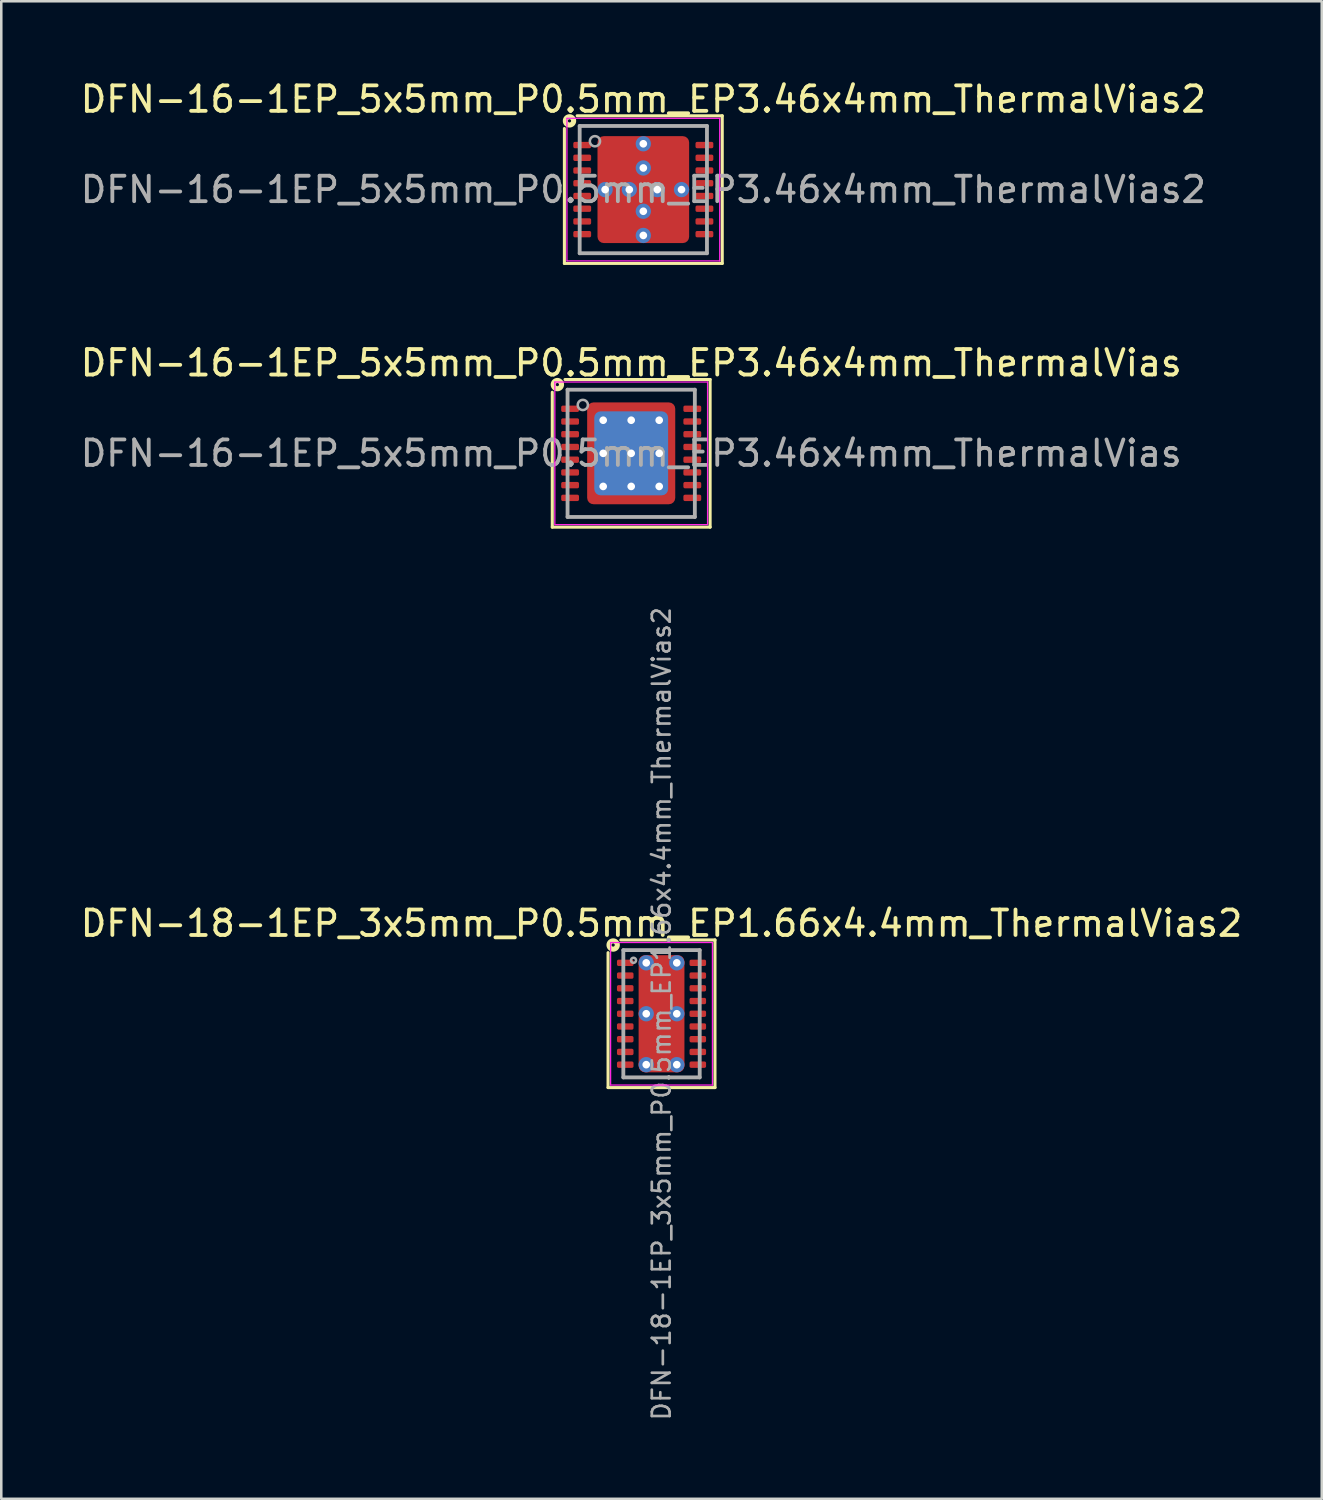
<source format=kicad_pcb>
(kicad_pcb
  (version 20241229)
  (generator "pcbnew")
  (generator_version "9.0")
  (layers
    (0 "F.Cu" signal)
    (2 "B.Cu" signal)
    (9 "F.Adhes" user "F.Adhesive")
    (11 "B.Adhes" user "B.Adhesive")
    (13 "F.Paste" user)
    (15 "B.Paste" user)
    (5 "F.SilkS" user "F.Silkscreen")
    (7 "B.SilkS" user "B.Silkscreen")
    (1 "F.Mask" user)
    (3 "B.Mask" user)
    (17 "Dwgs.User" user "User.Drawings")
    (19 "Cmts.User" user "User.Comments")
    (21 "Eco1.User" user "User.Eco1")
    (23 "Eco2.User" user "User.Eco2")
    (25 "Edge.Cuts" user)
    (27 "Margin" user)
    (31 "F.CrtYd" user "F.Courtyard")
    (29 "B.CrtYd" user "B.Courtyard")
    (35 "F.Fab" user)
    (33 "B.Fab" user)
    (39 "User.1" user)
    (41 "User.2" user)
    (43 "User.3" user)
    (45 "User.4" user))
  (footprint "DFN-18-1EP_3x5mm_P0.5mm_EP1.66x4.4mm_ThermalVias2"
    (layer "F.Cu")
    (at 22.935 36.771)
    (property "Reference" "DFN-18-1EP_3x5mm_P0.5mm_EP1.66x4.4mm_ThermalVias2" (at 0 -3.55 0) (layer "F.SilkS") (effects (font (size 1 1) (thickness 0.15))))
    (attr smd)
    (fp_line (start -2.1 2.9) (end -2.1 -2.4) (stroke (width 0.12) (type solid)) (layer "F.SilkS"))
    (fp_line (start -1.6 -2.9) (end 2.1 -2.9) (stroke (width 0.12) (type solid)) (layer "F.SilkS"))
    (fp_line (start 2.1 -2.9) (end 2.1 2.9) (stroke (width 0.12) (type solid)) (layer "F.SilkS"))
    (fp_line (start 2.1 2.9) (end -2.1 2.9) (stroke (width 0.12) (type solid)) (layer "F.SilkS"))
    (fp_circle (center -1.9 -2.7) (end -1.837 -2.7) (stroke (width 0.2) (type solid)) (fill no) (layer "F.SilkS"))
    (fp_line (start -2 -2.8) (end -2 2.8) (stroke (width 0.05) (type solid)) (layer "F.CrtYd"))
    (fp_line (start -2 -2.8) (end 2 -2.8) (stroke (width 0.05) (type solid)) (layer "F.CrtYd"))
    (fp_line (start -2 2.8) (end 2 2.8) (stroke (width 0.05) (type solid)) (layer "F.CrtYd"))
    (fp_line (start 2 -2.8) (end 2 2.8) (stroke (width 0.05) (type solid)) (layer "F.CrtYd"))
    (fp_line (start -1.5 -2.5) (end 1.5 -2.5) (stroke (width 0.15) (type solid)) (layer "F.Fab"))
    (fp_line (start -1.5 2.5) (end -1.5 -2.5) (stroke (width 0.15) (type solid)) (layer "F.Fab"))
    (fp_line (start 1.5 -2.5) (end 1.5 2.5) (stroke (width 0.15) (type solid)) (layer "F.Fab"))
    (fp_line (start 1.5 2.5) (end -1.5 2.5) (stroke (width 0.15) (type solid)) (layer "F.Fab"))
    (fp_circle (center -1.1 -2.1) (end -1 -2.1) (stroke (width 0.1) (type solid)) (fill no) (layer "F.Fab"))
    (fp_text user "${REFERENCE}" (at 0 0 90) (layer "F.Fab") (effects (font (size 0.7 0.7) (thickness 0.105))))
    (pad "" smd roundrect (at -0.4 -1.35) (size 0.6 0.5) (layers "F.Paste") (roundrect_rratio 0.25))
    (pad "" smd roundrect (at -0.4 -0.65) (size 0.6 0.5) (layers "F.Paste") (roundrect_rratio 0.25))
    (pad "" smd roundrect (at -0.4 0.65) (size 0.6 0.5) (layers "F.Paste") (roundrect_rratio 0.25))
    (pad "" smd roundrect (at -0.4 1.35) (size 0.6 0.5) (layers "F.Paste") (roundrect_rratio 0.25))
    (pad "" smd roundrect (at 0 -1) (size 1.6 1.4) (layers "F.Mask") (roundrect_rratio 0.172))
    (pad "" smd roundrect (at 0 1) (size 1.6 1.4) (layers "F.Mask") (roundrect_rratio 0.172))
    (pad "" smd roundrect (at 0.4 -1.35) (size 0.6 0.5) (layers "F.Paste") (roundrect_rratio 0.25))
    (pad "" smd roundrect (at 0.4 -0.65) (size 0.6 0.5) (layers "F.Paste") (roundrect_rratio 0.25))
    (pad "" smd roundrect (at 0.4 0.65) (size 0.6 0.5) (layers "F.Paste") (roundrect_rratio 0.25))
    (pad "" smd roundrect (at 0.4 1.35) (size 0.6 0.5) (layers "F.Paste") (roundrect_rratio 0.25))
    (pad "1" smd roundrect (at -1.425 -2) (size 0.65 0.25) (layers "F.Cu" "F.Mask" "F.Paste") (roundrect_rratio 0.25))
    (pad "2" smd roundrect (at -1.425 -1.5) (size 0.65 0.25) (layers "F.Cu" "F.Mask" "F.Paste") (roundrect_rratio 0.25))
    (pad "3" smd roundrect (at -1.425 -1) (size 0.65 0.25) (layers "F.Cu" "F.Mask" "F.Paste") (roundrect_rratio 0.25))
    (pad "4" smd roundrect (at -1.425 -0.5) (size 0.65 0.25) (layers "F.Cu" "F.Mask" "F.Paste") (roundrect_rratio 0.25))
    (pad "5" smd roundrect (at -1.425 0) (size 0.65 0.25) (layers "F.Cu" "F.Mask" "F.Paste") (roundrect_rratio 0.25))
    (pad "6" smd roundrect (at -1.425 0.5) (size 0.65 0.25) (layers "F.Cu" "F.Mask" "F.Paste") (roundrect_rratio 0.25))
    (pad "7" smd roundrect (at -1.425 1) (size 0.65 0.25) (layers "F.Cu" "F.Mask" "F.Paste") (roundrect_rratio 0.25))
    (pad "8" smd roundrect (at -1.425 1.5) (size 0.65 0.25) (layers "F.Cu" "F.Mask" "F.Paste") (roundrect_rratio 0.25))
    (pad "9" smd roundrect (at -1.425 2) (size 0.65 0.25) (layers "F.Cu" "F.Mask" "F.Paste") (roundrect_rratio 0.25))
    (pad "10" smd roundrect (at 1.425 2) (size 0.65 0.25) (layers "F.Cu" "F.Mask" "F.Paste") (roundrect_rratio 0.25))
    (pad "11" smd roundrect (at 1.425 1.5) (size 0.65 0.25) (layers "F.Cu" "F.Mask" "F.Paste") (roundrect_rratio 0.25))
    (pad "12" smd roundrect (at 1.425 1) (size 0.65 0.25) (layers "F.Cu" "F.Mask" "F.Paste") (roundrect_rratio 0.25))
    (pad "13" smd roundrect (at 1.425 0.5) (size 0.65 0.25) (layers "F.Cu" "F.Mask" "F.Paste") (roundrect_rratio 0.25))
    (pad "14" smd roundrect (at 1.425 0) (size 0.65 0.25) (layers "F.Cu" "F.Mask" "F.Paste") (roundrect_rratio 0.25))
    (pad "15" smd roundrect (at 1.425 -0.5) (size 0.65 0.25) (layers "F.Cu" "F.Mask" "F.Paste") (roundrect_rratio 0.25))
    (pad "16" smd roundrect (at 1.425 -1) (size 0.65 0.25) (layers "F.Cu" "F.Mask" "F.Paste") (roundrect_rratio 0.25))
    (pad "17" smd roundrect (at 1.425 -1.5) (size 0.65 0.25) (layers "F.Cu" "F.Mask" "F.Paste") (roundrect_rratio 0.25))
    (pad "18" smd roundrect (at 1.425 -2) (size 0.65 0.25) (layers "F.Cu" "F.Mask" "F.Paste") (roundrect_rratio 0.25))
    (pad "19" thru_hole circle (at -0.6 -2) (size 0.6 0.6) (drill 0.3) (property pad_prop_heatsink) (layers "*.Cu" "*.Mask"))
    (pad "19" thru_hole circle (at -0.6 0) (size 0.6 0.6) (drill 0.3) (property pad_prop_heatsink) (layers "*.Cu" "*.Mask"))
    (pad "19" thru_hole circle (at -0.6 2) (size 0.6 0.6) (drill 0.3) (property pad_prop_heatsink) (layers "*.Cu" "*.Mask"))
    (pad "19" smd roundrect (at 0 0) (size 1.8 4.6) (layers "F.Cu") (roundrect_rratio 0.139))
    (pad "19" thru_hole circle (at 0.6 -2) (size 0.6 0.6) (drill 0.3) (property pad_prop_heatsink) (layers "*.Cu" "*.Mask"))
    (pad "19" thru_hole circle (at 0.6 0) (size 0.6 0.6) (drill 0.3) (property pad_prop_heatsink) (layers "*.Cu" "*.Mask"))
    (pad "19" thru_hole circle (at 0.6 2) (size 0.6 0.6) (drill 0.3) (property pad_prop_heatsink) (layers "*.Cu" "*.Mask")))
  (footprint "DFN-16-1EP_5x5mm_P0.5mm_EP3.46x4mm_ThermalVias"
    (layer "F.Cu")
    (at 21.744 14.757)
    (property "Reference" "DFN-16-1EP_5x5mm_P0.5mm_EP3.46x4mm_ThermalVias" (at 0 -3.55 0) (layer "F.SilkS") (effects (font (size 1 1) (thickness 0.15))))
    (attr smd)
    (fp_line (start -3.1 2.9) (end -3.1 -2.4) (stroke (width 0.12) (type solid)) (layer "F.SilkS"))
    (fp_line (start -2.6 -2.9) (end 3.1 -2.9) (stroke (width 0.12) (type solid)) (layer "F.SilkS"))
    (fp_line (start 3.1 -2.9) (end 3.1 2.9) (stroke (width 0.12) (type solid)) (layer "F.SilkS"))
    (fp_line (start 3.1 2.9) (end -3.1 2.9) (stroke (width 0.12) (type solid)) (layer "F.SilkS"))
    (fp_circle (center -2.9 -2.7) (end -2.837 -2.7) (stroke (width 0.2) (type solid)) (fill no) (layer "F.SilkS"))
    (fp_line (start -3 -2.8) (end -3 2.8) (stroke (width 0.05) (type solid)) (layer "F.CrtYd"))
    (fp_line (start -3 -2.8) (end 3 -2.8) (stroke (width 0.05) (type solid)) (layer "F.CrtYd"))
    (fp_line (start -3 2.8) (end 3 2.8) (stroke (width 0.05) (type solid)) (layer "F.CrtYd"))
    (fp_line (start 3 -2.8) (end 3 2.8) (stroke (width 0.05) (type solid)) (layer "F.CrtYd"))
    (fp_line (start -2.5 -2.5) (end 2.5 -2.5) (stroke (width 0.15) (type solid)) (layer "F.Fab"))
    (fp_line (start -2.5 2.5) (end -2.5 -2.5) (stroke (width 0.15) (type solid)) (layer "F.Fab"))
    (fp_line (start 2.5 -2.5) (end 2.5 2.5) (stroke (width 0.15) (type solid)) (layer "F.Fab"))
    (fp_line (start 2.5 2.5) (end -2.5 2.5) (stroke (width 0.15) (type solid)) (layer "F.Fab"))
    (fp_circle (center -1.9 -1.9) (end -1.7 -1.9) (stroke (width 0.1) (type solid)) (fill no) (layer "F.Fab"))
    (fp_text user "${REFERENCE}" (at 0 0 0) (layer "F.Fab") (effects (font (size 1 1) (thickness 0.15))))
    (pad "" smd roundrect (at -1.425 -1.65) (size 0.45 0.5) (layers "F.Paste") (roundrect_rratio 0.25))
    (pad "" smd roundrect (at -1.425 -0.65) (size 0.45 1.1) (layers "F.Paste") (roundrect_rratio 0.25))
    (pad "" smd roundrect (at -1.425 0.65) (size 0.45 1.1) (layers "F.Paste") (roundrect_rratio 0.25))
    (pad "" smd roundrect (at -1.425 1.65) (size 0.45 0.5) (layers "F.Paste") (roundrect_rratio 0.25))
    (pad "" smd roundrect (at -0.55 -1.65) (size 0.9 0.5) (layers "F.Paste") (roundrect_rratio 0.25))
    (pad "" smd roundrect (at -0.55 -0.65) (size 0.9 1.1) (layers "F.Paste") (roundrect_rratio 0.25))
    (pad "" smd roundrect (at -0.55 0.65) (size 0.9 1.1) (layers "F.Paste") (roundrect_rratio 0.25))
    (pad "" smd roundrect (at -0.55 1.65) (size 0.9 0.5) (layers "F.Paste") (roundrect_rratio 0.25))
    (pad "" smd roundrect (at 0.55 -1.65) (size 0.9 0.5) (layers "F.Paste") (roundrect_rratio 0.25))
    (pad "" smd roundrect (at 0.55 -0.65) (size 0.9 1.1) (layers "F.Paste") (roundrect_rratio 0.25))
    (pad "" smd roundrect (at 0.55 0.65) (size 0.9 1.1) (layers "F.Paste") (roundrect_rratio 0.25))
    (pad "" smd roundrect (at 0.55 1.65) (size 0.9 0.5) (layers "F.Paste") (roundrect_rratio 0.25))
    (pad "" smd roundrect (at 1.425 -1.65) (size 0.45 0.5) (layers "F.Paste") (roundrect_rratio 0.25))
    (pad "" smd roundrect (at 1.425 -0.65) (size 0.45 1.1) (layers "F.Paste") (roundrect_rratio 0.25))
    (pad "" smd roundrect (at 1.425 0.65) (size 0.45 1.1) (layers "F.Paste") (roundrect_rratio 0.25))
    (pad "" smd roundrect (at 1.425 1.65) (size 0.45 0.5) (layers "F.Paste") (roundrect_rratio 0.25))
    (pad "1" smd roundrect (at -2.4 -1.75) (size 0.7 0.25) (layers "F.Cu" "F.Mask" "F.Paste") (roundrect_rratio 0.25))
    (pad "2" smd roundrect (at -2.4 -1.25) (size 0.7 0.25) (layers "F.Cu" "F.Mask" "F.Paste") (roundrect_rratio 0.25))
    (pad "3" smd roundrect (at -2.4 -0.75) (size 0.7 0.25) (layers "F.Cu" "F.Mask" "F.Paste") (roundrect_rratio 0.25))
    (pad "4" smd roundrect (at -2.4 -0.25) (size 0.7 0.25) (layers "F.Cu" "F.Mask" "F.Paste") (roundrect_rratio 0.25))
    (pad "5" smd roundrect (at -2.4 0.25) (size 0.7 0.25) (layers "F.Cu" "F.Mask" "F.Paste") (roundrect_rratio 0.25))
    (pad "6" smd roundrect (at -2.4 0.75) (size 0.7 0.25) (layers "F.Cu" "F.Mask" "F.Paste") (roundrect_rratio 0.25))
    (pad "7" smd roundrect (at -2.4 1.25) (size 0.7 0.25) (layers "F.Cu" "F.Mask" "F.Paste") (roundrect_rratio 0.25))
    (pad "8" smd roundrect (at -2.4 1.75) (size 0.7 0.25) (layers "F.Cu" "F.Mask" "F.Paste") (roundrect_rratio 0.25))
    (pad "9" smd roundrect (at 2.4 1.75) (size 0.7 0.25) (layers "F.Cu" "F.Mask" "F.Paste") (roundrect_rratio 0.25))
    (pad "10" smd roundrect (at 2.4 1.25) (size 0.7 0.25) (layers "F.Cu" "F.Mask" "F.Paste") (roundrect_rratio 0.25))
    (pad "11" smd roundrect (at 2.4 0.75) (size 0.7 0.25) (layers "F.Cu" "F.Mask" "F.Paste") (roundrect_rratio 0.25))
    (pad "12" smd roundrect (at 2.4 0.25) (size 0.7 0.25) (layers "F.Cu" "F.Mask" "F.Paste") (roundrect_rratio 0.25))
    (pad "13" smd roundrect (at 2.4 -0.25) (size 0.7 0.25) (layers "F.Cu" "F.Mask" "F.Paste") (roundrect_rratio 0.25))
    (pad "14" smd roundrect (at 2.4 -0.75) (size 0.7 0.25) (layers "F.Cu" "F.Mask" "F.Paste") (roundrect_rratio 0.25))
    (pad "15" smd roundrect (at 2.4 -1.25) (size 0.7 0.25) (layers "F.Cu" "F.Mask" "F.Paste") (roundrect_rratio 0.25))
    (pad "16" smd roundrect (at 2.4 -1.75) (size 0.7 0.25) (layers "F.Cu" "F.Mask" "F.Paste") (roundrect_rratio 0.25))
    (pad "17" thru_hole circle (at -1.1 -1.3) (size 0.65 0.65) (drill 0.3) (property pad_prop_heatsink) (layers "*.Cu"))
    (pad "17" thru_hole circle (at -1.1 0) (size 0.65 0.65) (drill 0.3) (property pad_prop_heatsink) (layers "*.Cu"))
    (pad "17" thru_hole circle (at -1.1 1.3) (size 0.65 0.65) (drill 0.3) (property pad_prop_heatsink) (layers "*.Cu"))
    (pad "17" thru_hole circle (at 0 -1.3) (size 0.65 0.65) (drill 0.3) (property pad_prop_heatsink) (layers "*.Cu"))
    (pad "17" thru_hole circle (at 0 0) (size 0.65 0.65) (drill 0.3) (property pad_prop_heatsink) (layers "*.Cu"))
    (pad "17" smd roundrect (at 0 0) (size 2.9 3.3) (layers "B.Cu" "B.Mask") (roundrect_rratio 0.086))
    (pad "17" smd roundrect (at 0 0) (size 3.46 4) (layers "F.Cu" "F.Mask") (roundrect_rratio 0.072))
    (pad "17" thru_hole circle (at 0 1.3) (size 0.65 0.65) (drill 0.3) (property pad_prop_heatsink) (layers "*.Cu"))
    (pad "17" thru_hole circle (at 1.1 -1.3) (size 0.65 0.65) (drill 0.3) (property pad_prop_heatsink) (layers "*.Cu"))
    (pad "17" thru_hole circle (at 1.1 0) (size 0.65 0.65) (drill 0.3) (property pad_prop_heatsink) (layers "*.Cu"))
    (pad "17" thru_hole circle (at 1.1 1.3) (size 0.65 0.65) (drill 0.3) (property pad_prop_heatsink) (layers "*.Cu")))
  (footprint "DFN-16-1EP_5x5mm_P0.5mm_EP3.46x4mm_ThermalVias2"
    (layer "F.Cu")
    (at 22.22 4.398)
    (property "Reference" "DFN-16-1EP_5x5mm_P0.5mm_EP3.46x4mm_ThermalVias2" (at 0 -3.55 0) (layer "F.SilkS") (effects (font (size 1 1) (thickness 0.15))))
    (attr smd)
    (fp_line (start -3.1 2.9) (end -3.1 -2.4) (stroke (width 0.12) (type solid)) (layer "F.SilkS"))
    (fp_line (start -2.6 -2.9) (end 3.1 -2.9) (stroke (width 0.12) (type solid)) (layer "F.SilkS"))
    (fp_line (start 3.1 -2.9) (end 3.1 2.9) (stroke (width 0.12) (type solid)) (layer "F.SilkS"))
    (fp_line (start 3.1 2.9) (end -3.1 2.9) (stroke (width 0.12) (type solid)) (layer "F.SilkS"))
    (fp_circle (center -2.9 -2.7) (end -2.837 -2.7) (stroke (width 0.2) (type solid)) (fill no) (layer "F.SilkS"))
    (fp_line (start -3 -2.8) (end -3 2.8) (stroke (width 0.05) (type solid)) (layer "F.CrtYd"))
    (fp_line (start -3 -2.8) (end 3 -2.8) (stroke (width 0.05) (type solid)) (layer "F.CrtYd"))
    (fp_line (start -3 2.8) (end 3 2.8) (stroke (width 0.05) (type solid)) (layer "F.CrtYd"))
    (fp_line (start 3 -2.8) (end 3 2.8) (stroke (width 0.05) (type solid)) (layer "F.CrtYd"))
    (fp_line (start -2.5 -2.5) (end 2.5 -2.5) (stroke (width 0.15) (type solid)) (layer "F.Fab"))
    (fp_line (start -2.5 2.5) (end -2.5 -2.5) (stroke (width 0.15) (type solid)) (layer "F.Fab"))
    (fp_line (start 2.5 -2.5) (end 2.5 2.5) (stroke (width 0.15) (type solid)) (layer "F.Fab"))
    (fp_line (start 2.5 2.5) (end -2.5 2.5) (stroke (width 0.15) (type solid)) (layer "F.Fab"))
    (fp_circle (center -1.9 -1.9) (end -1.7 -1.9) (stroke (width 0.1) (type solid)) (fill no) (layer "F.Fab"))
    (fp_text user "${REFERENCE}" (at 0 0 0) (layer "F.Fab") (effects (font (size 1 1) (thickness 0.15))))
    (pad "" smd roundrect (at -1.35 -1.55) (size 0.5 0.6) (layers "F.Paste") (roundrect_rratio 0.217))
    (pad "" smd roundrect (at -1.35 -0.75) (size 0.5 0.6) (layers "F.Paste") (roundrect_rratio 0.217))
    (pad "" smd roundrect (at -1.35 0.75) (size 0.5 0.6) (layers "F.Paste") (roundrect_rratio 0.217))
    (pad "" smd roundrect (at -1.35 1.55) (size 0.5 0.6) (layers "F.Paste") (roundrect_rratio 0.217))
    (pad "" smd roundrect (at -1 -1.15) (size 1.4 1.7) (layers "F.Mask") (roundrect_rratio 0.179))
    (pad "" smd roundrect (at -1 1.15) (size 1.4 1.7) (layers "F.Mask") (roundrect_rratio 0.179))
    (pad "" smd roundrect (at -0.65 -1.55) (size 0.5 0.6) (layers "F.Paste") (roundrect_rratio 0.217))
    (pad "" smd roundrect (at -0.65 -0.75) (size 0.5 0.6) (layers "F.Paste") (roundrect_rratio 0.217))
    (pad "" smd roundrect (at -0.65 0.75) (size 0.5 0.6) (layers "F.Paste") (roundrect_rratio 0.217))
    (pad "" smd roundrect (at -0.65 1.55) (size 0.5 0.6) (layers "F.Paste") (roundrect_rratio 0.217))
    (pad "" smd roundrect (at 0.65 -1.55) (size 0.5 0.6) (layers "F.Paste") (roundrect_rratio 0.217))
    (pad "" smd roundrect (at 0.65 -0.75) (size 0.5 0.6) (layers "F.Paste") (roundrect_rratio 0.217))
    (pad "" smd roundrect (at 0.65 0.75) (size 0.5 0.6) (layers "F.Paste") (roundrect_rratio 0.217))
    (pad "" smd roundrect (at 0.65 1.55) (size 0.5 0.6) (layers "F.Paste") (roundrect_rratio 0.217))
    (pad "" smd roundrect (at 1 -1.15) (size 1.4 1.7) (layers "F.Mask") (roundrect_rratio 0.179))
    (pad "" smd roundrect (at 1 1.175) (size 1.4 1.65) (layers "F.Mask") (roundrect_rratio 0.179))
    (pad "" smd roundrect (at 1.35 -1.55) (size 0.5 0.6) (layers "F.Paste") (roundrect_rratio 0.217))
    (pad "" smd roundrect (at 1.35 -0.75) (size 0.5 0.6) (layers "F.Paste") (roundrect_rratio 0.217))
    (pad "" smd roundrect (at 1.35 0.75) (size 0.5 0.6) (layers "F.Paste") (roundrect_rratio 0.217))
    (pad "" smd roundrect (at 1.35 1.55) (size 0.5 0.6) (layers "F.Paste") (roundrect_rratio 0.217))
    (pad "1" smd roundrect (at -2.4 -1.75) (size 0.7 0.25) (layers "F.Cu" "F.Mask" "F.Paste") (roundrect_rratio 0.25))
    (pad "2" smd roundrect (at -2.4 -1.25) (size 0.7 0.25) (layers "F.Cu" "F.Mask" "F.Paste") (roundrect_rratio 0.25))
    (pad "3" smd roundrect (at -2.4 -0.75) (size 0.7 0.25) (layers "F.Cu" "F.Mask" "F.Paste") (roundrect_rratio 0.25))
    (pad "4" smd roundrect (at -2.4 -0.25) (size 0.7 0.25) (layers "F.Cu" "F.Mask" "F.Paste") (roundrect_rratio 0.25))
    (pad "5" smd roundrect (at -2.4 0.25) (size 0.7 0.25) (layers "F.Cu" "F.Mask" "F.Paste") (roundrect_rratio 0.25))
    (pad "6" smd roundrect (at -2.4 0.75) (size 0.7 0.25) (layers "F.Cu" "F.Mask" "F.Paste") (roundrect_rratio 0.25))
    (pad "7" smd roundrect (at -2.4 1.25) (size 0.7 0.25) (layers "F.Cu" "F.Mask" "F.Paste") (roundrect_rratio 0.25))
    (pad "8" smd roundrect (at -2.4 1.75) (size 0.7 0.25) (layers "F.Cu" "F.Mask" "F.Paste") (roundrect_rratio 0.25))
    (pad "9" smd roundrect (at 2.4 1.75) (size 0.7 0.25) (layers "F.Cu" "F.Mask" "F.Paste") (roundrect_rratio 0.25))
    (pad "10" smd roundrect (at 2.4 1.25) (size 0.7 0.25) (layers "F.Cu" "F.Mask" "F.Paste") (roundrect_rratio 0.25))
    (pad "11" smd roundrect (at 2.4 0.75) (size 0.7 0.25) (layers "F.Cu" "F.Mask" "F.Paste") (roundrect_rratio 0.25))
    (pad "12" smd roundrect (at 2.4 0.25) (size 0.7 0.25) (layers "F.Cu" "F.Mask" "F.Paste") (roundrect_rratio 0.25))
    (pad "13" smd roundrect (at 2.4 -0.25) (size 0.7 0.25) (layers "F.Cu" "F.Mask" "F.Paste") (roundrect_rratio 0.25))
    (pad "14" smd roundrect (at 2.4 -0.75) (size 0.7 0.25) (layers "F.Cu" "F.Mask" "F.Paste") (roundrect_rratio 0.25))
    (pad "15" smd roundrect (at 2.4 -1.25) (size 0.7 0.25) (layers "F.Cu" "F.Mask" "F.Paste") (roundrect_rratio 0.25))
    (pad "16" smd roundrect (at 2.4 -1.75) (size 0.7 0.25) (layers "F.Cu" "F.Mask" "F.Paste") (roundrect_rratio 0.25))
    (pad "17" thru_hole circle (at -1.5 0) (size 0.6 0.6) (drill 0.3) (property pad_prop_heatsink) (layers "*.Cu" "*.Mask"))
    (pad "17" thru_hole circle (at -0.55 0) (size 0.6 0.6) (drill 0.3) (property pad_prop_heatsink) (layers "*.Cu" "*.Mask"))
    (pad "17" thru_hole circle (at 0 -1.8) (size 0.6 0.6) (drill 0.3) (property pad_prop_heatsink) (layers "*.Cu" "*.Mask"))
    (pad "17" thru_hole circle (at 0 -0.85) (size 0.6 0.6) (drill 0.3) (property pad_prop_heatsink) (layers "*.Cu" "*.Mask"))
    (pad "17" smd roundrect (at 0 0) (size 3.6 4.2) (layers "F.Cu") (roundrect_rratio 0.069))
    (pad "17" thru_hole circle (at 0 0.85) (size 0.6 0.6) (drill 0.3) (property pad_prop_heatsink) (layers "*.Cu" "*.Mask"))
    (pad "17" thru_hole circle (at 0 1.8) (size 0.6 0.6) (drill 0.3) (property pad_prop_heatsink) (layers "*.Cu" "*.Mask"))
    (pad "17" thru_hole circle (at 0.55 0) (size 0.6 0.6) (drill 0.3) (property pad_prop_heatsink) (layers "*.Cu" "*.Mask"))
    (pad "17" thru_hole circle (at 1.5 0) (size 0.6 0.6) (drill 0.3) (property pad_prop_heatsink) (layers "*.Cu" "*.Mask")))
  (gr_rect
    (start -3 -3)
    (end 48.869 55.825)
    (stroke (width 0.1) (type default))
    (fill no)
    (layer "Edge.Cuts")))
</source>
